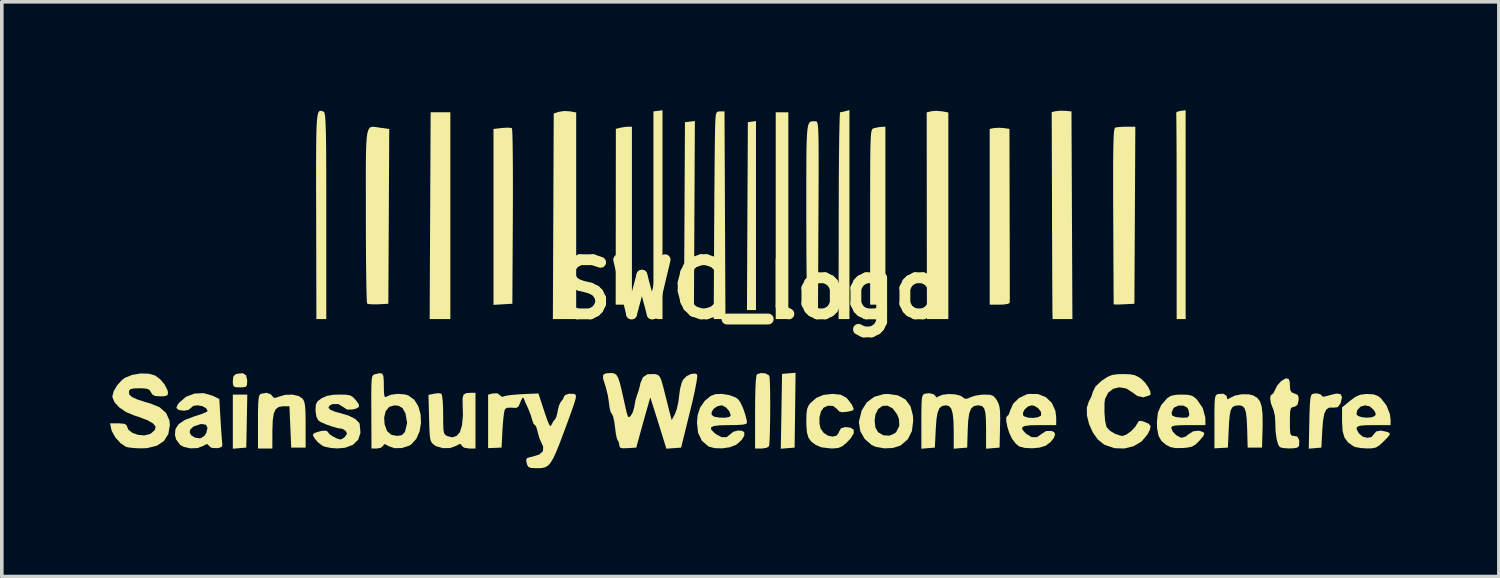
<source format=kicad_pcb>
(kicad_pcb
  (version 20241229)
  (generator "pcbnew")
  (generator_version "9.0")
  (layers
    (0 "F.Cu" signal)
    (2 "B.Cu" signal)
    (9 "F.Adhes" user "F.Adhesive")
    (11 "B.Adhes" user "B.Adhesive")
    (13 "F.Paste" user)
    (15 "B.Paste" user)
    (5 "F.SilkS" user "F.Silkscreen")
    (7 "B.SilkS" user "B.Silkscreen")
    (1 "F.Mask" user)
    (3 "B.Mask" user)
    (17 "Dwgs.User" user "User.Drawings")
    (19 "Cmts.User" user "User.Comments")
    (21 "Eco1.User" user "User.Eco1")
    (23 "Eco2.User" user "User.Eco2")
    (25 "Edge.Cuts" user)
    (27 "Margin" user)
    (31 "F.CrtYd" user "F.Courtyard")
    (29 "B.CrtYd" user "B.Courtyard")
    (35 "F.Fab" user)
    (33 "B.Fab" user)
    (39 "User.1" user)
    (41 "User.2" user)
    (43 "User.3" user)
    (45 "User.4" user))
  (footprint "SWC_logo"
    (layer "F.Cu")
    (at 17.768 4.967)
    (property "Reference" "SWC_logo" (at 0 0 0) (layer "F.SilkS") (effects (font (size 1.5 1.5) (thickness 0.3))))
    (attr board_only exclude_from_pos_files exclude_from_bom)
    (fp_poly (pts (xy -13.981 3.648) (xy -13.995 4.383) (xy -14.182 4.398) (xy -14.368 4.414) (xy -14.368 3.664) (xy -14.368 2.914) (xy -14.168 2.914) (xy -13.967 2.914)) (stroke (width 0) (type solid)) (fill yes) (layer "F.SilkS"))
    (fp_poly (pts (xy -8.342 -2.042) (xy -8.342 0.822) (xy -8.629 0.822) (xy -8.915 0.822) (xy -8.902 -2.042) (xy -8.888 -4.906) (xy -8.615 -4.906) (xy -8.342 -4.906)) (stroke (width 0) (type solid)) (fill yes) (layer "F.SilkS"))
    (fp_poly (pts (xy -1.581 -2.058) (xy -1.594 0.548) (xy -1.731 0.564) (xy -1.869 0.579) (xy -1.856 -2.026) (xy -1.843 -4.632) (xy -1.705 -4.648) (xy -1.568 -4.663)) (stroke (width 0) (type solid)) (fill yes) (layer "F.SilkS"))
    (fp_poly (pts (xy 0.125 -2.045) (xy 0.125 0.573) (xy -0.000445 0.573) (xy -0.125 0.573) (xy -0.113 -2.03) (xy -0.1 -4.632) (xy 0.012 -4.648) (xy 0.125 -4.664)) (stroke (width 0) (type solid)) (fill yes) (layer "F.SilkS"))
    (fp_poly (pts (xy 1.021 -2.042) (xy 1.021 0.822) (xy 0.847 0.822) (xy 0.672 0.822) (xy 0.672 -2.042) (xy 0.672 -4.906) (xy 0.847 -4.906) (xy 1.021 -4.906)) (stroke (width 0) (type solid)) (fill yes) (layer "F.SilkS"))
    (fp_poly (pts (xy 1.209 3.346) (xy 1.195 4.383) (xy 1.004 4.398) (xy 0.812 4.414) (xy 0.83 3.378) (xy 0.847 2.341) (xy 1.035 2.325) (xy 1.222 2.31)) (stroke (width 0) (type solid)) (fill yes) (layer "F.SilkS"))
    (fp_poly (pts (xy -5.028 -4.933) (xy -4.856 -4.901) (xy -4.856 -2.04) (xy -4.856 0.822) (xy -5.179 0.822) (xy -5.502 0.822) (xy -5.49 -2.025) (xy -5.478 -4.872) (xy -5.339 -4.919) (xy -5.189 -4.942)) (stroke (width 0) (type solid)) (fill yes) (layer "F.SilkS"))
    (fp_poly (pts (xy -3.312 -2.042) (xy -3.312 0.423) (xy -3.537 0.423) (xy -3.762 0.423) (xy -3.759 -2.012) (xy -3.757 -4.447) (xy -3.646 -4.476) (xy -3.502 -4.501) (xy -3.424 -4.507) (xy -3.312 -4.507)) (stroke (width 0) (type solid)) (fill yes) (layer "F.SilkS"))
    (fp_poly (pts (xy 5.276 -4.934) (xy 5.28 -4.934) (xy 5.454 -4.901) (xy 5.454 -2.04) (xy 5.454 0.822) (xy 5.157 0.822) (xy 4.86 0.822) (xy 4.857 -2.041) (xy 4.854 -4.903) (xy 4.98 -4.935) (xy 5.118 -4.948)) (stroke (width 0) (type solid)) (fill yes) (layer "F.SilkS"))
    (fp_poly (pts (xy -14.001 2.381) (xy -13.97 2.517) (xy -13.97 2.538) (xy -13.976 2.651) (xy -14.013 2.701) (xy -14.11 2.714) (xy -14.169 2.714) (xy -14.297 2.709) (xy -14.353 2.676) (xy -14.368 2.592) (xy -14.368 2.541) (xy -14.355 2.417) (xy -14.301 2.356) (xy -14.244 2.336) (xy -14.09 2.322)) (stroke (width 0) (type solid)) (fill yes) (layer "F.SilkS"))
    (fp_poly (pts (xy 2.714 -2.073) (xy 2.714 0.822) (xy 2.564 0.822) (xy 2.413 0.822) (xy 2.417 -2.042) (xy 2.418 -2.566) (xy 2.42 -3.059) (xy 2.423 -3.512) (xy 2.427 -3.917) (xy 2.432 -4.264) (xy 2.438 -4.545) (xy 2.444 -4.752) (xy 2.45 -4.874) (xy 2.455 -4.906) (xy 2.527 -4.919) (xy 2.602 -4.937) (xy 2.714 -4.967)) (stroke (width 0) (type solid)) (fill yes) (layer "F.SilkS"))
    (fp_poly (pts (xy 12.028 -2.07) (xy 12.028 0.822) (xy 11.903 0.822) (xy 11.779 0.822) (xy 11.779 -2.017) (xy 11.778 -2.54) (xy 11.778 -3.033) (xy 11.777 -3.487) (xy 11.776 -3.893) (xy 11.774 -4.243) (xy 11.772 -4.526) (xy 11.77 -4.735) (xy 11.768 -4.86) (xy 11.766 -4.893) (xy 11.799 -4.925) (xy 11.891 -4.946) (xy 12.028 -4.962)) (stroke (width 0) (type solid)) (fill yes) (layer "F.SilkS"))
    (fp_poly (pts (xy -6.66 -4.473) (xy -6.636 -4.463) (xy -6.629 -4.407) (xy -6.622 -4.262) (xy -6.617 -4.036) (xy -6.613 -3.741) (xy -6.61 -3.384) (xy -6.609 -2.977) (xy -6.609 -2.529) (xy -6.611 -2.05) (xy -6.611 -2.014) (xy -6.624 0.398) (xy -6.885 0.413) (xy -7.147 0.429) (xy -7.147 -2.008) (xy -7.147 -4.444) (xy -6.91 -4.472) (xy -6.764 -4.481)) (stroke (width 0) (type solid)) (fill yes) (layer "F.SilkS"))
    (fp_poly (pts (xy -2.465 -2.07) (xy -2.465 0.822) (xy -2.59 0.822) (xy -2.682 0.803) (xy -2.713 0.729) (xy -2.715 0.685) (xy -2.715 0.61) (xy -2.715 0.446) (xy -2.716 0.201) (xy -2.716 -0.115) (xy -2.716 -0.492) (xy -2.716 -0.921) (xy -2.716 -1.391) (xy -2.716 -1.894) (xy -2.716 -2.191) (xy -2.716 -4.931) (xy -2.591 -4.946) (xy -2.465 -4.962)) (stroke (width 0) (type solid)) (fill yes) (layer "F.SilkS"))
    (fp_poly (pts (xy -0.734 -2.054) (xy -0.721 0.822) (xy -0.884 0.822) (xy -1.046 0.822) (xy -1.034 -1.631) (xy -1.031 -2.133) (xy -1.028 -2.617) (xy -1.024 -3.073) (xy -1.021 -3.489) (xy -1.017 -3.851) (xy -1.014 -4.15) (xy -1.01 -4.373) (xy -1.007 -4.507) (xy -0.999 -4.712) (xy -0.987 -4.837) (xy -0.965 -4.902) (xy -0.927 -4.927) (xy -0.87 -4.931) (xy -0.747 -4.931)) (stroke (width 0) (type solid)) (fill yes) (layer "F.SilkS"))
    (fp_poly (pts (xy 8.696 -4.947) (xy 8.865 -4.931) (xy 8.878 -2.054) (xy 8.891 0.822) (xy 8.616 0.822) (xy 8.342 0.822) (xy 8.338 0.66) (xy 8.337 0.58) (xy 8.336 0.411) (xy 8.335 0.161) (xy 8.333 -0.158) (xy 8.331 -0.538) (xy 8.33 -0.969) (xy 8.328 -1.441) (xy 8.326 -1.944) (xy 8.326 -2.206) (xy 8.317 -4.91) (xy 8.422 -4.936) (xy 8.547 -4.95)) (stroke (width 0) (type solid)) (fill yes) (layer "F.SilkS"))
    (fp_poly (pts (xy 3.71 -2.042) (xy 3.71 0.423) (xy 3.499 0.423) (xy 3.287 0.423) (xy 3.287 -2.005) (xy 3.287 -2.559) (xy 3.288 -3.021) (xy 3.289 -3.401) (xy 3.291 -3.707) (xy 3.295 -3.946) (xy 3.301 -4.127) (xy 3.308 -4.259) (xy 3.318 -4.349) (xy 3.331 -4.407) (xy 3.347 -4.44) (xy 3.367 -4.457) (xy 3.387 -4.465) (xy 3.522 -4.494) (xy 3.598 -4.502) (xy 3.71 -4.507)) (stroke (width 0) (type solid)) (fill yes) (layer "F.SilkS"))
    (fp_poly (pts (xy 6.992 -4.469) (xy 7.147 -4.446) (xy 7.152 -2.186) (xy 7.153 -1.716) (xy 7.154 -1.275) (xy 7.155 -0.871) (xy 7.155 -0.516) (xy 7.156 -0.221) (xy 7.156 0.004) (xy 7.157 0.149) (xy 7.157 0.199) (xy 7.155 0.315) (xy 7.152 0.374) (xy 7.104 0.401) (xy 6.986 0.419) (xy 6.873 0.423) (xy 6.599 0.423) (xy 6.599 -2.011) (xy 6.599 -4.446) (xy 6.718 -4.469) (xy 6.857 -4.478)) (stroke (width 0) (type solid)) (fill yes) (layer "F.SilkS"))
    (fp_poly (pts (xy 0.382 2.326) (xy 0.476 2.374) (xy 0.496 2.402) (xy 0.505 2.477) (xy 0.512 2.632) (xy 0.517 2.846) (xy 0.519 3.101) (xy 0.519 3.375) (xy 0.516 3.649) (xy 0.511 3.903) (xy 0.505 4.117) (xy 0.496 4.271) (xy 0.486 4.345) (xy 0.425 4.386) (xy 0.307 4.407) (xy 0.281 4.408) (xy 0.1 4.408) (xy 0.1 3.399) (xy 0.102 3.045) (xy 0.109 2.754) (xy 0.12 2.535) (xy 0.135 2.398) (xy 0.149 2.354) (xy 0.257 2.317)) (stroke (width 0) (type solid)) (fill yes) (layer "F.SilkS"))
    (fp_poly (pts (xy 10.621 -2.054) (xy 10.608 0.398) (xy 10.322 0.413) (xy 10.168 0.419) (xy 10.063 0.418) (xy 10.034 0.413) (xy 10.033 0.362) (xy 10.033 0.221) (xy 10.031 -0.001) (xy 10.03 -0.293) (xy 10.028 -0.646) (xy 10.026 -1.051) (xy 10.024 -1.498) (xy 10.022 -1.977) (xy 10.022 -2.029) (xy 10.019 -2.599) (xy 10.019 -3.077) (xy 10.019 -3.471) (xy 10.022 -3.787) (xy 10.027 -4.034) (xy 10.033 -4.218) (xy 10.042 -4.348) (xy 10.053 -4.43) (xy 10.067 -4.472) (xy 10.077 -4.482) (xy 10.163 -4.497) (xy 10.308 -4.506) (xy 10.389 -4.507) (xy 10.634 -4.507)) (stroke (width 0) (type solid)) (fill yes) (layer "F.SilkS"))
    (fp_poly (pts (xy -11.88 -4.934) (xy -11.853 -4.924) (xy -11.837 -4.908) (xy -11.824 -4.869) (xy -11.812 -4.798) (xy -11.803 -4.69) (xy -11.796 -4.536) (xy -11.79 -4.33) (xy -11.785 -4.063) (xy -11.782 -3.728) (xy -11.78 -3.318) (xy -11.779 -2.826) (xy -11.779 -2.244) (xy -11.779 -2.037) (xy -11.779 0.822) (xy -11.916 0.822) (xy -12.053 0.822) (xy -12.059 -2.039) (xy -12.061 -2.656) (xy -12.062 -3.181) (xy -12.061 -3.621) (xy -12.059 -3.983) (xy -12.055 -4.275) (xy -12.048 -4.503) (xy -12.038 -4.675) (xy -12.024 -4.798) (xy -12.006 -4.879) (xy -11.983 -4.927) (xy -11.955 -4.947) (xy -11.921 -4.947)) (stroke (width 0) (type solid)) (fill yes) (layer "F.SilkS"))
    (fp_poly (pts (xy -10.392 -4.495) (xy -10.305 -4.481) (xy -10.278 -4.477) (xy -10.035 -4.444) (xy -10.047 -2.023) (xy -10.06 0.398) (xy -10.336 0.413) (xy -10.495 0.415) (xy -10.61 0.405) (xy -10.648 0.392) (xy -10.655 0.337) (xy -10.661 0.192) (xy -10.667 -0.034) (xy -10.672 -0.329) (xy -10.677 -0.685) (xy -10.68 -1.092) (xy -10.682 -1.539) (xy -10.683 -2.018) (xy -10.683 -2.045) (xy -10.683 -2.608) (xy -10.684 -3.08) (xy -10.683 -3.468) (xy -10.679 -3.78) (xy -10.671 -4.024) (xy -10.658 -4.209) (xy -10.638 -4.341) (xy -10.61 -4.428) (xy -10.573 -4.48) (xy -10.525 -4.503) (xy -10.465 -4.505)) (stroke (width 0) (type solid)) (fill yes) (layer "F.SilkS"))
    (fp_poly (pts (xy 15.766 2.909) (xy 15.813 2.96) (xy 15.813 2.963) (xy 15.854 2.972) (xy 15.959 2.949) (xy 16.02 2.93) (xy 16.209 2.884) (xy 16.322 2.904) (xy 16.36 2.988) (xy 16.324 3.137) (xy 16.307 3.176) (xy 16.24 3.263) (xy 16.131 3.276) (xy 16.117 3.274) (xy 16.005 3.275) (xy 15.925 3.326) (xy 15.87 3.439) (xy 15.835 3.627) (xy 15.813 3.901) (xy 15.813 3.905) (xy 15.788 4.383) (xy 15.614 4.398) (xy 15.439 4.412) (xy 15.454 3.665) (xy 15.461 3.376) (xy 15.47 3.17) (xy 15.482 3.034) (xy 15.5 2.952) (xy 15.525 2.909) (xy 15.559 2.89) (xy 15.667 2.881)) (stroke (width 0) (type solid)) (fill yes) (layer "F.SilkS"))
    (fp_poly (pts (xy -13.314 2.908) (xy -13.28 2.949) (xy -13.231 3.004) (xy -13.156 2.997) (xy -13.101 2.974) (xy -12.913 2.921) (xy -12.715 2.915) (xy -12.542 2.955) (xy -12.446 3.018) (xy -12.406 3.074) (xy -12.379 3.149) (xy -12.363 3.262) (xy -12.354 3.433) (xy -12.351 3.68) (xy -12.351 3.753) (xy -12.351 4.383) (xy -12.551 4.383) (xy -12.75 4.383) (xy -12.775 3.81) (xy -12.8 3.237) (xy -12.972 3.237) (xy -13.093 3.255) (xy -13.178 3.317) (xy -13.232 3.437) (xy -13.262 3.627) (xy -13.272 3.9) (xy -13.272 3.947) (xy -13.273 4.408) (xy -13.472 4.408) (xy -13.671 4.408) (xy -13.671 3.666) (xy -13.67 3.374) (xy -13.665 3.166) (xy -13.654 3.029) (xy -13.637 2.947) (xy -13.611 2.905) (xy -13.592 2.894) (xy -13.433 2.865)) (stroke (width 0) (type solid)) (fill yes) (layer "F.SilkS"))
    (fp_poly (pts (xy 1.759 -4.657) (xy 1.773 -4.657) (xy 1.794 -4.654) (xy 1.812 -4.641) (xy 1.826 -4.61) (xy 1.838 -4.552) (xy 1.847 -4.46) (xy 1.853 -4.326) (xy 1.858 -4.142) (xy 1.86 -3.899) (xy 1.861 -3.591) (xy 1.861 -3.208) (xy 1.859 -2.744) (xy 1.856 -2.189) (xy 1.856 -2.054) (xy 1.843 0.548) (xy 1.716 0.563) (xy 1.608 0.561) (xy 1.555 0.542) (xy 1.548 0.487) (xy 1.541 0.341) (xy 1.535 0.115) (xy 1.53 -0.182) (xy 1.526 -0.541) (xy 1.522 -0.952) (xy 1.52 -1.405) (xy 1.519 -1.892) (xy 1.519 -2.045) (xy 1.519 -2.622) (xy 1.519 -3.107) (xy 1.52 -3.509) (xy 1.523 -3.835) (xy 1.529 -4.093) (xy 1.538 -4.29) (xy 1.551 -4.436) (xy 1.569 -4.537) (xy 1.592 -4.602) (xy 1.622 -4.639) (xy 1.66 -4.655) (xy 1.705 -4.658)) (stroke (width 0) (type solid)) (fill yes) (layer "F.SilkS"))
    (fp_poly (pts (xy 4.061 2.937) (xy 4.267 3.051) (xy 4.405 3.237) (xy 4.473 3.495) (xy 4.481 3.636) (xy 4.445 3.925) (xy 4.332 4.151) (xy 4.143 4.314) (xy 4.107 4.334) (xy 3.909 4.394) (xy 3.676 4.404) (xy 3.452 4.365) (xy 3.332 4.313) (xy 3.136 4.143) (xy 3.014 3.927) (xy 2.977 3.688) (xy 2.98 3.647) (xy 2.983 3.636) (xy 3.412 3.636) (xy 3.434 3.828) (xy 3.508 3.956) (xy 3.511 3.959) (xy 3.656 4.043) (xy 3.822 4.052) (xy 3.971 3.987) (xy 4.012 3.947) (xy 4.096 3.779) (xy 4.085 3.588) (xy 4.034 3.46) (xy 3.911 3.297) (xy 3.77 3.222) (xy 3.631 3.228) (xy 3.513 3.311) (xy 3.434 3.465) (xy 3.412 3.636) (xy 2.983 3.636) (xy 3.053 3.355) (xy 3.195 3.129) (xy 3.401 2.976) (xy 3.662 2.902) (xy 3.787 2.896)) (stroke (width 0) (type solid)) (fill yes) (layer "F.SilkS"))
    (fp_poly (pts (xy 13.155 2.94) (xy 13.173 3) (xy 13.186 3.048) (xy 13.241 3.018) (xy 13.249 3.012) (xy 13.391 2.942) (xy 13.583 2.905) (xy 13.778 2.907) (xy 13.899 2.937) (xy 14.009 3.002) (xy 14.086 3.1) (xy 14.134 3.246) (xy 14.157 3.456) (xy 14.161 3.745) (xy 14.159 3.837) (xy 14.144 4.383) (xy 13.945 4.383) (xy 13.746 4.383) (xy 13.732 3.863) (xy 13.719 3.592) (xy 13.697 3.406) (xy 13.659 3.291) (xy 13.601 3.232) (xy 13.516 3.213) (xy 13.503 3.213) (xy 13.399 3.223) (xy 13.326 3.261) (xy 13.278 3.344) (xy 13.249 3.487) (xy 13.23 3.705) (xy 13.223 3.845) (xy 13.198 4.383) (xy 13.011 4.393) (xy 12.825 4.403) (xy 12.825 3.664) (xy 12.825 3.379) (xy 12.829 3.177) (xy 12.837 3.044) (xy 12.852 2.964) (xy 12.876 2.923) (xy 12.912 2.903) (xy 12.929 2.898) (xy 13.067 2.89)) (stroke (width 0) (type solid)) (fill yes) (layer "F.SilkS"))
    (fp_poly (pts (xy -7.645 3.636) (xy -7.645 4.408) (xy -7.821 4.408) (xy -7.964 4.385) (xy -8.026 4.331) (xy -8.057 4.282) (xy -8.112 4.294) (xy -8.172 4.331) (xy -8.346 4.395) (xy -8.55 4.398) (xy -8.737 4.344) (xy -8.79 4.31) (xy -8.841 4.266) (xy -8.877 4.214) (xy -8.9 4.137) (xy -8.915 4.014) (xy -8.924 3.828) (xy -8.931 3.569) (xy -8.948 2.923) (xy -8.795 2.89) (xy -8.673 2.875) (xy -8.592 2.888) (xy -8.57 2.95) (xy -8.553 3.094) (xy -8.543 3.302) (xy -8.541 3.465) (xy -8.54 3.705) (xy -8.535 3.864) (xy -8.521 3.962) (xy -8.495 4.018) (xy -8.452 4.051) (xy -8.416 4.068) (xy -8.287 4.099) (xy -8.17 4.06) (xy -8.078 3.956) (xy -8.019 3.764) (xy -7.994 3.489) (xy -8.001 3.194) (xy -8.004 3.018) (xy -7.977 2.918) (xy -7.903 2.874) (xy -7.768 2.864) (xy -7.765 2.864) (xy -7.645 2.864)) (stroke (width 0) (type solid)) (fill yes) (layer "F.SilkS"))
    (fp_poly (pts (xy 2.47 2.917) (xy 2.636 3.005) (xy 2.768 3.174) (xy 2.793 3.22) (xy 2.831 3.305) (xy 2.818 3.348) (xy 2.735 3.374) (xy 2.653 3.389) (xy 2.513 3.404) (xy 2.432 3.383) (xy 2.374 3.318) (xy 2.263 3.23) (xy 2.119 3.221) (xy 2.001 3.275) (xy 1.925 3.382) (xy 1.884 3.545) (xy 1.884 3.725) (xy 1.916 3.856) (xy 2 3.975) (xy 2.119 4.051) (xy 2.247 4.078) (xy 2.356 4.052) (xy 2.42 3.968) (xy 2.425 3.944) (xy 2.481 3.846) (xy 2.608 3.813) (xy 2.746 3.832) (xy 2.833 3.888) (xy 2.834 3.987) (xy 2.751 4.124) (xy 2.636 4.246) (xy 2.518 4.345) (xy 2.405 4.393) (xy 2.25 4.407) (xy 2.205 4.407) (xy 1.939 4.375) (xy 1.784 4.311) (xy 1.658 4.218) (xy 1.579 4.11) (xy 1.536 3.962) (xy 1.52 3.749) (xy 1.519 3.647) (xy 1.524 3.443) (xy 1.543 3.309) (xy 1.582 3.216) (xy 1.631 3.151) (xy 1.798 3.004) (xy 1.993 2.923) (xy 2.244 2.895)) (stroke (width 0) (type solid)) (fill yes) (layer "F.SilkS"))
    (fp_poly (pts (xy 14.886 2.486) (xy 14.912 2.565) (xy 14.916 2.659) (xy 14.926 2.79) (xy 14.968 2.855) (xy 15.044 2.885) (xy 15.132 2.923) (xy 15.159 2.999) (xy 15.156 3.077) (xy 15.126 3.197) (xy 15.053 3.248) (xy 15.028 3.253) (xy 14.972 3.268) (xy 14.939 3.306) (xy 14.922 3.39) (xy 14.917 3.54) (xy 14.916 3.664) (xy 14.918 3.861) (xy 14.926 3.978) (xy 14.948 4.037) (xy 14.989 4.057) (xy 15.035 4.059) (xy 15.126 4.082) (xy 15.169 4.168) (xy 15.176 4.207) (xy 15.17 4.335) (xy 15.127 4.381) (xy 15.016 4.402) (xy 14.867 4.406) (xy 14.724 4.394) (xy 14.637 4.37) (xy 14.587 4.289) (xy 14.546 4.134) (xy 14.519 3.931) (xy 14.512 3.707) (xy 14.512 3.685) (xy 14.5 3.506) (xy 14.464 3.344) (xy 14.443 3.294) (xy 14.392 3.16) (xy 14.37 3.032) (xy 14.381 2.94) (xy 14.415 2.914) (xy 14.464 2.872) (xy 14.495 2.801) (xy 14.566 2.661) (xy 14.673 2.541) (xy 14.786 2.472) (xy 14.825 2.465)) (stroke (width 0) (type solid)) (fill yes) (layer "F.SilkS"))
    (fp_poly (pts (xy -10.233 2.332) (xy -10.198 2.398) (xy -10.186 2.535) (xy -10.185 2.671) (xy -10.181 2.857) (xy -10.168 2.957) (xy -10.143 2.986) (xy -10.123 2.976) (xy -9.988 2.918) (xy -9.802 2.894) (xy -9.611 2.908) (xy -9.504 2.939) (xy -9.341 3.057) (xy -9.229 3.238) (xy -9.166 3.459) (xy -9.155 3.699) (xy -9.194 3.933) (xy -9.284 4.139) (xy -9.426 4.295) (xy -9.486 4.332) (xy -9.684 4.395) (xy -9.888 4.399) (xy -10.058 4.341) (xy -10.069 4.334) (xy -10.15 4.286) (xy -10.189 4.303) (xy -10.203 4.334) (xy -10.271 4.389) (xy -10.379 4.408) (xy -10.527 4.408) (xy -10.531 3.552) (xy -10.176 3.552) (xy -10.163 3.738) (xy -10.095 3.925) (xy -9.975 4.03) (xy -9.816 4.059) (xy -9.685 4.038) (xy -9.609 3.959) (xy -9.595 3.932) (xy -9.54 3.698) (xy -9.583 3.449) (xy -9.59 3.428) (xy -9.667 3.288) (xy -9.778 3.224) (xy -9.892 3.213) (xy -10.036 3.255) (xy -10.133 3.374) (xy -10.176 3.552) (xy -10.531 3.552) (xy -10.531 3.393) (xy -10.533 3.051) (xy -10.532 2.796) (xy -10.528 2.614) (xy -10.52 2.492) (xy -10.506 2.417) (xy -10.484 2.377) (xy -10.454 2.357) (xy -10.422 2.348) (xy -10.304 2.321)) (stroke (width 0) (type solid)) (fill yes) (layer "F.SilkS"))
    (fp_poly (pts (xy 10.486 2.352) (xy 10.62 2.377) (xy 10.731 2.432) (xy 10.796 2.478) (xy 10.903 2.582) (xy 10.991 2.706) (xy 11.048 2.824) (xy 11.057 2.909) (xy 11.041 2.93) (xy 10.859 2.99) (xy 10.69 2.953) (xy 10.57 2.865) (xy 10.386 2.747) (xy 10.197 2.712) (xy 10.022 2.753) (xy 9.882 2.862) (xy 9.796 3.033) (xy 9.78 3.148) (xy 9.779 3.414) (xy 9.796 3.636) (xy 9.83 3.791) (xy 9.843 3.822) (xy 9.935 3.919) (xy 10.08 4.004) (xy 10.232 4.054) (xy 10.282 4.059) (xy 10.387 4.022) (xy 10.514 3.93) (xy 10.628 3.812) (xy 10.697 3.7) (xy 10.734 3.645) (xy 10.807 3.645) (xy 10.88 3.667) (xy 11.007 3.723) (xy 11.057 3.79) (xy 11.035 3.893) (xy 10.973 4.015) (xy 10.809 4.211) (xy 10.587 4.344) (xy 10.328 4.408) (xy 10.056 4.399) (xy 9.792 4.31) (xy 9.762 4.294) (xy 9.594 4.157) (xy 9.455 3.961) (xy 9.352 3.732) (xy 9.294 3.496) (xy 9.29 3.277) (xy 9.348 3.1) (xy 9.357 3.086) (xy 9.418 2.965) (xy 9.459 2.834) (xy 9.528 2.693) (xy 9.681 2.547) (xy 9.726 2.514) (xy 9.869 2.421) (xy 9.993 2.37) (xy 10.141 2.35) (xy 10.291 2.346)) (stroke (width 0) (type solid)) (fill yes) (layer "F.SilkS"))
    (fp_poly (pts (xy -0.617 2.928) (xy -0.444 2.992) (xy -0.372 3.04) (xy -0.304 3.136) (xy -0.232 3.292) (xy -0.17 3.47) (xy -0.131 3.63) (xy -0.125 3.695) (xy -0.15 3.726) (xy -0.234 3.746) (xy -0.391 3.757) (xy -0.623 3.76) (xy -0.88 3.766) (xy -1.044 3.785) (xy -1.121 3.823) (xy -1.116 3.882) (xy -1.036 3.967) (xy -0.989 4.006) (xy -0.83 4.093) (xy -0.69 4.095) (xy -0.586 4.012) (xy -0.584 4.009) (xy -0.499 3.942) (xy -0.377 3.91) (xy -0.26 3.917) (xy -0.2 3.958) (xy -0.198 4.048) (xy -0.265 4.162) (xy -0.386 4.275) (xy -0.439 4.311) (xy -0.605 4.374) (xy -0.814 4.404) (xy -1.021 4.398) (xy -1.184 4.354) (xy -1.195 4.348) (xy -1.376 4.191) (xy -1.48 3.97) (xy -1.51 3.684) (xy -1.491 3.483) (xy -1.489 3.476) (xy -1.103 3.476) (xy -1.033 3.527) (xy -0.882 3.552) (xy -0.733 3.555) (xy -0.62 3.536) (xy -0.573 3.499) (xy -0.573 3.497) (xy -0.611 3.381) (xy -0.701 3.274) (xy -0.808 3.215) (xy -0.833 3.212) (xy -0.953 3.24) (xy -1.048 3.309) (xy -1.103 3.396) (xy -1.103 3.476) (xy -1.489 3.476) (xy -1.422 3.273) (xy -1.293 3.086) (xy -1.128 2.952) (xy -0.998 2.902) (xy -0.817 2.895)) (stroke (width 0) (type solid)) (fill yes) (layer "F.SilkS"))
    (fp_poly (pts (xy 7.941 2.899) (xy 8.158 2.987) (xy 8.322 3.146) (xy 8.42 3.366) (xy 8.442 3.549) (xy 8.442 3.76) (xy 7.969 3.76) (xy 7.723 3.765) (xy 7.569 3.784) (xy 7.499 3.821) (xy 7.505 3.882) (xy 7.58 3.971) (xy 7.611 4.001) (xy 7.762 4.093) (xy 7.91 4.093) (xy 8.03 4.009) (xy 8.161 3.924) (xy 8.314 3.922) (xy 8.385 3.954) (xy 8.412 4.02) (xy 8.374 4.12) (xy 8.285 4.229) (xy 8.161 4.323) (xy 8.138 4.335) (xy 7.979 4.383) (xy 7.774 4.402) (xy 7.57 4.391) (xy 7.415 4.35) (xy 7.324 4.275) (xy 7.228 4.151) (xy 7.205 4.114) (xy 7.14 3.97) (xy 7.09 3.812) (xy 7.06 3.664) (xy 7.056 3.555) (xy 7.083 3.511) (xy 7.084 3.511) (xy 7.127 3.468) (xy 7.147 3.413) (xy 7.522 3.413) (xy 7.527 3.493) (xy 7.549 3.515) (xy 7.661 3.553) (xy 7.803 3.561) (xy 7.935 3.542) (xy 8.018 3.498) (xy 8.026 3.484) (xy 8.017 3.387) (xy 7.942 3.29) (xy 7.831 3.224) (xy 7.763 3.212) (xy 7.66 3.244) (xy 7.572 3.321) (xy 7.522 3.413) (xy 7.147 3.413) (xy 7.164 3.363) (xy 7.166 3.355) (xy 7.251 3.166) (xy 7.409 3.011) (xy 7.614 2.912) (xy 7.686 2.896)) (stroke (width 0) (type solid)) (fill yes) (layer "F.SilkS"))
    (fp_poly (pts (xy 12.093 2.92) (xy 12.207 2.948) (xy 12.296 3.008) (xy 12.339 3.05) (xy 12.501 3.285) (xy 12.573 3.548) (xy 12.575 3.614) (xy 12.575 3.76) (xy 12.102 3.76) (xy 11.877 3.763) (xy 11.734 3.773) (xy 11.657 3.792) (xy 11.63 3.824) (xy 11.629 3.835) (xy 11.67 3.939) (xy 11.768 4.04) (xy 11.885 4.102) (xy 11.929 4.109) (xy 12.036 4.073) (xy 12.114 4.009) (xy 12.24 3.93) (xy 12.398 3.914) (xy 12.519 3.954) (xy 12.546 3.997) (xy 12.514 4.068) (xy 12.415 4.186) (xy 12.414 4.186) (xy 12.304 4.296) (xy 12.203 4.356) (xy 12.07 4.384) (xy 11.948 4.394) (xy 11.75 4.397) (xy 11.608 4.369) (xy 11.491 4.311) (xy 11.358 4.2) (xy 11.277 4.056) (xy 11.238 3.856) (xy 11.231 3.67) (xy 11.258 3.422) (xy 11.636 3.422) (xy 11.656 3.495) (xy 11.751 3.536) (xy 11.933 3.554) (xy 11.965 3.555) (xy 12.078 3.548) (xy 12.122 3.503) (xy 12.127 3.446) (xy 12.103 3.329) (xy 12.067 3.272) (xy 11.957 3.218) (xy 11.823 3.22) (xy 11.711 3.272) (xy 11.681 3.309) (xy 11.636 3.422) (xy 11.258 3.422) (xy 11.259 3.412) (xy 11.351 3.204) (xy 11.519 3.012) (xy 11.617 2.95) (xy 11.757 2.92) (xy 11.917 2.914)) (stroke (width 0) (type solid)) (fill yes) (layer "F.SilkS"))
    (fp_poly (pts (xy 17.234 2.908) (xy 17.357 2.954) (xy 17.437 3.016) (xy 17.593 3.217) (xy 17.687 3.457) (xy 17.705 3.609) (xy 17.705 3.76) (xy 17.232 3.76) (xy 16.994 3.764) (xy 16.844 3.779) (xy 16.771 3.813) (xy 16.764 3.872) (xy 16.812 3.963) (xy 16.837 3.998) (xy 16.936 4.081) (xy 17.061 4.112) (xy 17.174 4.091) (xy 17.241 4.015) (xy 17.243 4.009) (xy 17.308 3.934) (xy 17.437 3.912) (xy 17.606 3.946) (xy 17.631 3.956) (xy 17.68 3.983) (xy 17.682 4.023) (xy 17.627 4.095) (xy 17.524 4.201) (xy 17.399 4.319) (xy 17.298 4.381) (xy 17.18 4.404) (xy 17.051 4.406) (xy 16.88 4.395) (xy 16.736 4.369) (xy 16.684 4.35) (xy 16.527 4.24) (xy 16.428 4.106) (xy 16.376 3.924) (xy 16.361 3.67) (xy 16.361 3.656) (xy 16.361 3.454) (xy 16.759 3.454) (xy 16.803 3.506) (xy 16.91 3.541) (xy 17.047 3.554) (xy 17.179 3.543) (xy 17.253 3.515) (xy 17.295 3.47) (xy 17.277 3.402) (xy 17.24 3.341) (xy 17.129 3.241) (xy 16.996 3.213) (xy 16.871 3.25) (xy 16.783 3.345) (xy 16.759 3.454) (xy 16.361 3.454) (xy 16.361 3.269) (xy 16.584 3.085) (xy 16.735 2.974) (xy 16.865 2.918) (xy 17.018 2.899) (xy 17.057 2.898)) (stroke (width 0) (type solid)) (fill yes) (layer "F.SilkS"))
    (fp_poly (pts (xy -14.924 2.947) (xy -14.916 2.951) (xy -14.742 3.038) (xy -14.709 3.611) (xy -14.694 3.849) (xy -14.679 4.057) (xy -14.667 4.212) (xy -14.659 4.283) (xy -14.666 4.354) (xy -14.735 4.388) (xy -14.813 4.399) (xy -14.96 4.39) (xy -15.027 4.336) (xy -15.07 4.285) (xy -15.128 4.299) (xy -15.179 4.332) (xy -15.341 4.395) (xy -15.54 4.404) (xy -15.73 4.362) (xy -15.825 4.309) (xy -15.938 4.159) (xy -15.972 4.032) (xy -15.965 3.958) (xy -15.564 3.958) (xy -15.52 4.044) (xy -15.416 4.106) (xy -15.289 4.126) (xy -15.249 4.119) (xy -15.158 4.058) (xy -15.105 3.981) (xy -15.069 3.837) (xy -15.111 3.751) (xy -15.226 3.729) (xy -15.277 3.737) (xy -15.457 3.797) (xy -15.548 3.883) (xy -15.564 3.958) (xy -15.965 3.958) (xy -15.957 3.867) (xy -15.866 3.73) (xy -15.691 3.615) (xy -15.425 3.514) (xy -15.408 3.509) (xy -15.24 3.455) (xy -15.118 3.405) (xy -15.066 3.372) (xy -15.066 3.37) (xy -15.109 3.29) (xy -15.213 3.235) (xy -15.342 3.212) (xy -15.461 3.226) (xy -15.531 3.285) (xy -15.532 3.287) (xy -15.598 3.34) (xy -15.717 3.36) (xy -15.843 3.345) (xy -15.901 3.32) (xy -15.931 3.273) (xy -15.894 3.192) (xy -15.856 3.14) (xy -15.667 2.976) (xy -15.432 2.886) (xy -15.176 2.874)) (stroke (width 0) (type solid)) (fill yes) (layer "F.SilkS"))
    (fp_poly (pts (xy -11.236 2.917) (xy -11.122 2.936) (xy -11.043 2.981) (xy -10.964 3.063) (xy -10.958 3.07) (xy -10.876 3.186) (xy -10.876 3.259) (xy -10.964 3.306) (xy -11.063 3.328) (xy -11.203 3.33) (xy -11.305 3.262) (xy -11.308 3.26) (xy -11.444 3.176) (xy -11.602 3.177) (xy -11.679 3.211) (xy -11.721 3.271) (xy -11.67 3.333) (xy -11.531 3.391) (xy -11.426 3.418) (xy -11.163 3.495) (xy -10.974 3.591) (xy -10.868 3.698) (xy -10.853 3.734) (xy -10.832 3.974) (xy -10.896 4.166) (xy -11.041 4.306) (xy -11.259 4.387) (xy -11.475 4.406) (xy -11.657 4.392) (xy -11.817 4.359) (xy -11.884 4.333) (xy -12.01 4.236) (xy -12.097 4.135) (xy -12.149 4.044) (xy -12.135 3.997) (xy -12.051 3.959) (xy -11.903 3.918) (xy -11.787 3.914) (xy -11.73 3.948) (xy -11.729 3.958) (xy -11.689 4.01) (xy -11.594 4.075) (xy -11.482 4.132) (xy -11.391 4.158) (xy -11.386 4.159) (xy -11.315 4.127) (xy -11.258 4.079) (xy -11.206 3.999) (xy -11.235 3.929) (xy -11.315 3.869) (xy -11.352 3.86) (xy -11.47 3.842) (xy -11.631 3.795) (xy -11.799 3.735) (xy -11.937 3.673) (xy -12 3.631) (xy -12.054 3.524) (xy -12.077 3.358) (xy -12.077 3.337) (xy -12.068 3.192) (xy -12.023 3.102) (xy -11.921 3.024) (xy -11.91 3.017) (xy -11.765 2.951) (xy -11.583 2.919) (xy -11.416 2.914)) (stroke (width 0) (type solid)) (fill yes) (layer "F.SilkS"))
    (fp_poly (pts (xy 5.037 2.902) (xy 5.101 2.954) (xy 5.105 2.973) (xy 5.132 2.995) (xy 5.174 2.968) (xy 5.291 2.919) (xy 5.459 2.899) (xy 5.638 2.907) (xy 5.785 2.943) (xy 5.836 2.974) (xy 5.913 3.029) (xy 5.99 3.024) (xy 6.071 2.986) (xy 6.208 2.942) (xy 6.386 2.916) (xy 6.456 2.914) (xy 6.609 2.92) (xy 6.701 2.953) (xy 6.77 3.03) (xy 6.8 3.075) (xy 6.843 3.159) (xy 6.871 3.253) (xy 6.886 3.381) (xy 6.89 3.564) (xy 6.886 3.81) (xy 6.873 4.383) (xy 6.686 4.398) (xy 6.499 4.414) (xy 6.499 3.873) (xy 6.495 3.602) (xy 6.48 3.416) (xy 6.447 3.299) (xy 6.393 3.237) (xy 6.312 3.214) (xy 6.273 3.212) (xy 6.163 3.232) (xy 6.085 3.301) (xy 6.034 3.431) (xy 6.004 3.635) (xy 5.991 3.886) (xy 5.976 4.383) (xy 5.79 4.398) (xy 5.603 4.414) (xy 5.603 3.941) (xy 5.596 3.645) (xy 5.574 3.436) (xy 5.533 3.302) (xy 5.469 3.231) (xy 5.386 3.212) (xy 5.282 3.23) (xy 5.208 3.29) (xy 5.158 3.409) (xy 5.125 3.598) (xy 5.105 3.873) (xy 5.105 3.88) (xy 5.08 4.383) (xy 4.893 4.398) (xy 4.706 4.414) (xy 4.706 3.667) (xy 4.707 3.379) (xy 4.711 3.175) (xy 4.719 3.04) (xy 4.735 2.958) (xy 4.759 2.915) (xy 4.794 2.893) (xy 4.806 2.889) (xy 4.926 2.876)) (stroke (width 0) (type solid)) (fill yes) (layer "F.SilkS"))
    (fp_poly (pts (xy -16.687 2.336) (xy -16.517 2.387) (xy -16.376 2.493) (xy -16.254 2.641) (xy -16.176 2.796) (xy -16.162 2.876) (xy -16.182 2.933) (xy -16.26 2.959) (xy -16.374 2.963) (xy -16.519 2.953) (xy -16.598 2.911) (xy -16.635 2.851) (xy -16.678 2.785) (xy -16.75 2.752) (xy -16.882 2.74) (xy -16.958 2.739) (xy -17.118 2.744) (xy -17.203 2.764) (xy -17.239 2.808) (xy -17.247 2.845) (xy -17.233 2.916) (xy -17.16 2.982) (xy -17.017 3.048) (xy -16.792 3.121) (xy -16.659 3.158) (xy -16.395 3.266) (xy -16.217 3.423) (xy -16.125 3.627) (xy -16.112 3.759) (xy -16.155 4.008) (xy -16.277 4.2) (xy -16.473 4.331) (xy -16.74 4.397) (xy -16.903 4.404) (xy -17.09 4.397) (xy -17.247 4.38) (xy -17.332 4.36) (xy -17.482 4.258) (xy -17.622 4.102) (xy -17.718 3.93) (xy -17.736 3.87) (xy -17.768 3.71) (xy -17.537 3.71) (xy -17.38 3.722) (xy -17.312 3.758) (xy -17.307 3.777) (xy -17.262 3.887) (xy -17.148 3.975) (xy -16.992 4.03) (xy -16.823 4.045) (xy -16.671 4.009) (xy -16.635 3.99) (xy -16.529 3.896) (xy -16.506 3.806) (xy -16.572 3.718) (xy -16.728 3.627) (xy -16.979 3.531) (xy -17.121 3.485) (xy -17.334 3.394) (xy -17.516 3.268) (xy -17.646 3.125) (xy -17.704 2.985) (xy -17.705 2.964) (xy -17.668 2.819) (xy -17.571 2.655) (xy -17.441 2.511) (xy -17.357 2.449) (xy -17.154 2.367) (xy -16.917 2.329)) (stroke (width 0) (type solid)) (fill yes) (layer "F.SilkS"))
    (fp_poly (pts (xy -6.973 2.929) (xy -6.906 2.978) (xy -6.869 2.967) (xy -6.802 2.946) (xy -6.66 2.926) (xy -6.468 2.909) (xy -6.363 2.903) (xy -5.902 2.883) (xy -5.742 3.372) (xy -5.668 3.59) (xy -5.616 3.722) (xy -5.58 3.782) (xy -5.554 3.779) (xy -5.54 3.75) (xy -5.487 3.65) (xy -5.447 3.607) (xy -5.409 3.541) (xy -5.376 3.416) (xy -5.369 3.37) (xy -5.336 3.226) (xy -5.287 3.123) (xy -5.273 3.107) (xy -5.213 3.026) (xy -5.205 2.988) (xy -5.162 2.926) (xy -5.057 2.891) (xy -4.93 2.893) (xy -4.912 2.897) (xy -4.877 2.914) (xy -4.861 2.95) (xy -4.87 3.022) (xy -4.905 3.144) (xy -4.97 3.333) (xy -5.04 3.528) (xy -5.188 3.93) (xy -5.307 4.248) (xy -5.405 4.492) (xy -5.488 4.673) (xy -5.563 4.798) (xy -5.634 4.88) (xy -5.71 4.926) (xy -5.795 4.947) (xy -5.897 4.954) (xy -5.958 4.954) (xy -6.104 4.948) (xy -6.18 4.919) (xy -6.216 4.854) (xy -6.219 4.843) (xy -6.243 4.732) (xy -6.222 4.676) (xy -6.133 4.646) (xy -6.069 4.634) (xy -5.876 4.573) (xy -5.776 4.479) (xy -5.771 4.353) (xy -5.821 4.244) (xy -5.877 4.119) (xy -5.92 3.962) (xy -5.923 3.947) (xy -5.955 3.827) (xy -5.991 3.763) (xy -6 3.76) (xy -6.04 3.717) (xy -6.075 3.614) (xy -6.076 3.613) (xy -6.119 3.469) (xy -6.185 3.304) (xy -6.197 3.277) (xy -6.26 3.139) (xy -6.304 3.032) (xy -6.31 3.013) (xy -6.339 3) (xy -6.384 3.078) (xy -6.4 3.121) (xy -6.451 3.238) (xy -6.51 3.283) (xy -6.61 3.28) (xy -6.626 3.277) (xy -6.769 3.278) (xy -6.829 3.319) (xy -6.85 3.395) (xy -6.871 3.546) (xy -6.889 3.747) (xy -6.898 3.885) (xy -6.923 4.383) (xy -7.11 4.39) (xy -7.296 4.398) (xy -7.296 3.657) (xy -7.296 2.915) (xy -7.164 2.882) (xy -7.038 2.879)) (stroke (width 0) (type solid)) (fill yes) (layer "F.SilkS"))
    (fp_poly (pts (xy -3.807 2.326) (xy -3.745 2.365) (xy -3.694 2.449) (xy -3.645 2.594) (xy -3.591 2.815) (xy -3.564 2.938) (xy -3.506 3.199) (xy -3.466 3.376) (xy -3.436 3.482) (xy -3.413 3.533) (xy -3.39 3.54) (xy -3.362 3.518) (xy -3.344 3.5) (xy -3.289 3.406) (xy -3.25 3.269) (xy -3.248 3.26) (xy -3.212 3.064) (xy -3.167 2.918) (xy -3.146 2.864) (xy -3.116 2.768) (xy -3.081 2.626) (xy -3.075 2.593) (xy -3.006 2.432) (xy -2.88 2.35) (xy -2.691 2.345) (xy -2.65 2.351) (xy -2.587 2.373) (xy -2.539 2.423) (xy -2.496 2.52) (xy -2.449 2.685) (xy -2.418 2.806) (xy -2.362 3.028) (xy -2.31 3.237) (xy -2.269 3.397) (xy -2.26 3.429) (xy -2.21 3.622) (xy -2.121 3.454) (xy -2.069 3.314) (xy -2.026 3.121) (xy -2.006 2.959) (xy -1.979 2.763) (xy -1.936 2.593) (xy -1.896 2.503) (xy -1.797 2.403) (xy -1.672 2.342) (xy -1.557 2.332) (xy -1.507 2.357) (xy -1.502 2.423) (xy -1.524 2.577) (xy -1.57 2.812) (xy -1.639 3.123) (xy -1.705 3.394) (xy -1.949 4.383) (xy -2.154 4.398) (xy -2.358 4.413) (xy -2.47 4.049) (xy -2.546 3.805) (xy -2.63 3.537) (xy -2.693 3.339) (xy -2.803 2.992) (xy -2.902 3.339) (xy -2.971 3.583) (xy -3.046 3.853) (xy -3.096 4.034) (xy -3.191 4.383) (xy -3.426 4.398) (xy -3.569 4.402) (xy -3.638 4.384) (xy -3.66 4.335) (xy -3.661 4.314) (xy -3.68 4.219) (xy -3.704 4.188) (xy -3.73 4.128) (xy -3.757 3.997) (xy -3.78 3.822) (xy -3.781 3.814) (xy -3.805 3.64) (xy -3.836 3.51) (xy -3.867 3.451) (xy -3.869 3.45) (xy -3.902 3.395) (xy -3.932 3.271) (xy -3.945 3.16) (xy -3.978 2.942) (xy -4.035 2.712) (xy -4.061 2.632) (xy -4.112 2.466) (xy -4.109 2.37) (xy -4.041 2.327) (xy -3.898 2.316) (xy -3.887 2.316)) (stroke (width 0) (type solid)) (fill yes) (layer "F.SilkS")))
  (gr_rect
    (start -3 -3)
    (end 38.473 12.921)
    (stroke (width 0.1) (type default))
    (fill no)
    (layer "Edge.Cuts")))
</source>
